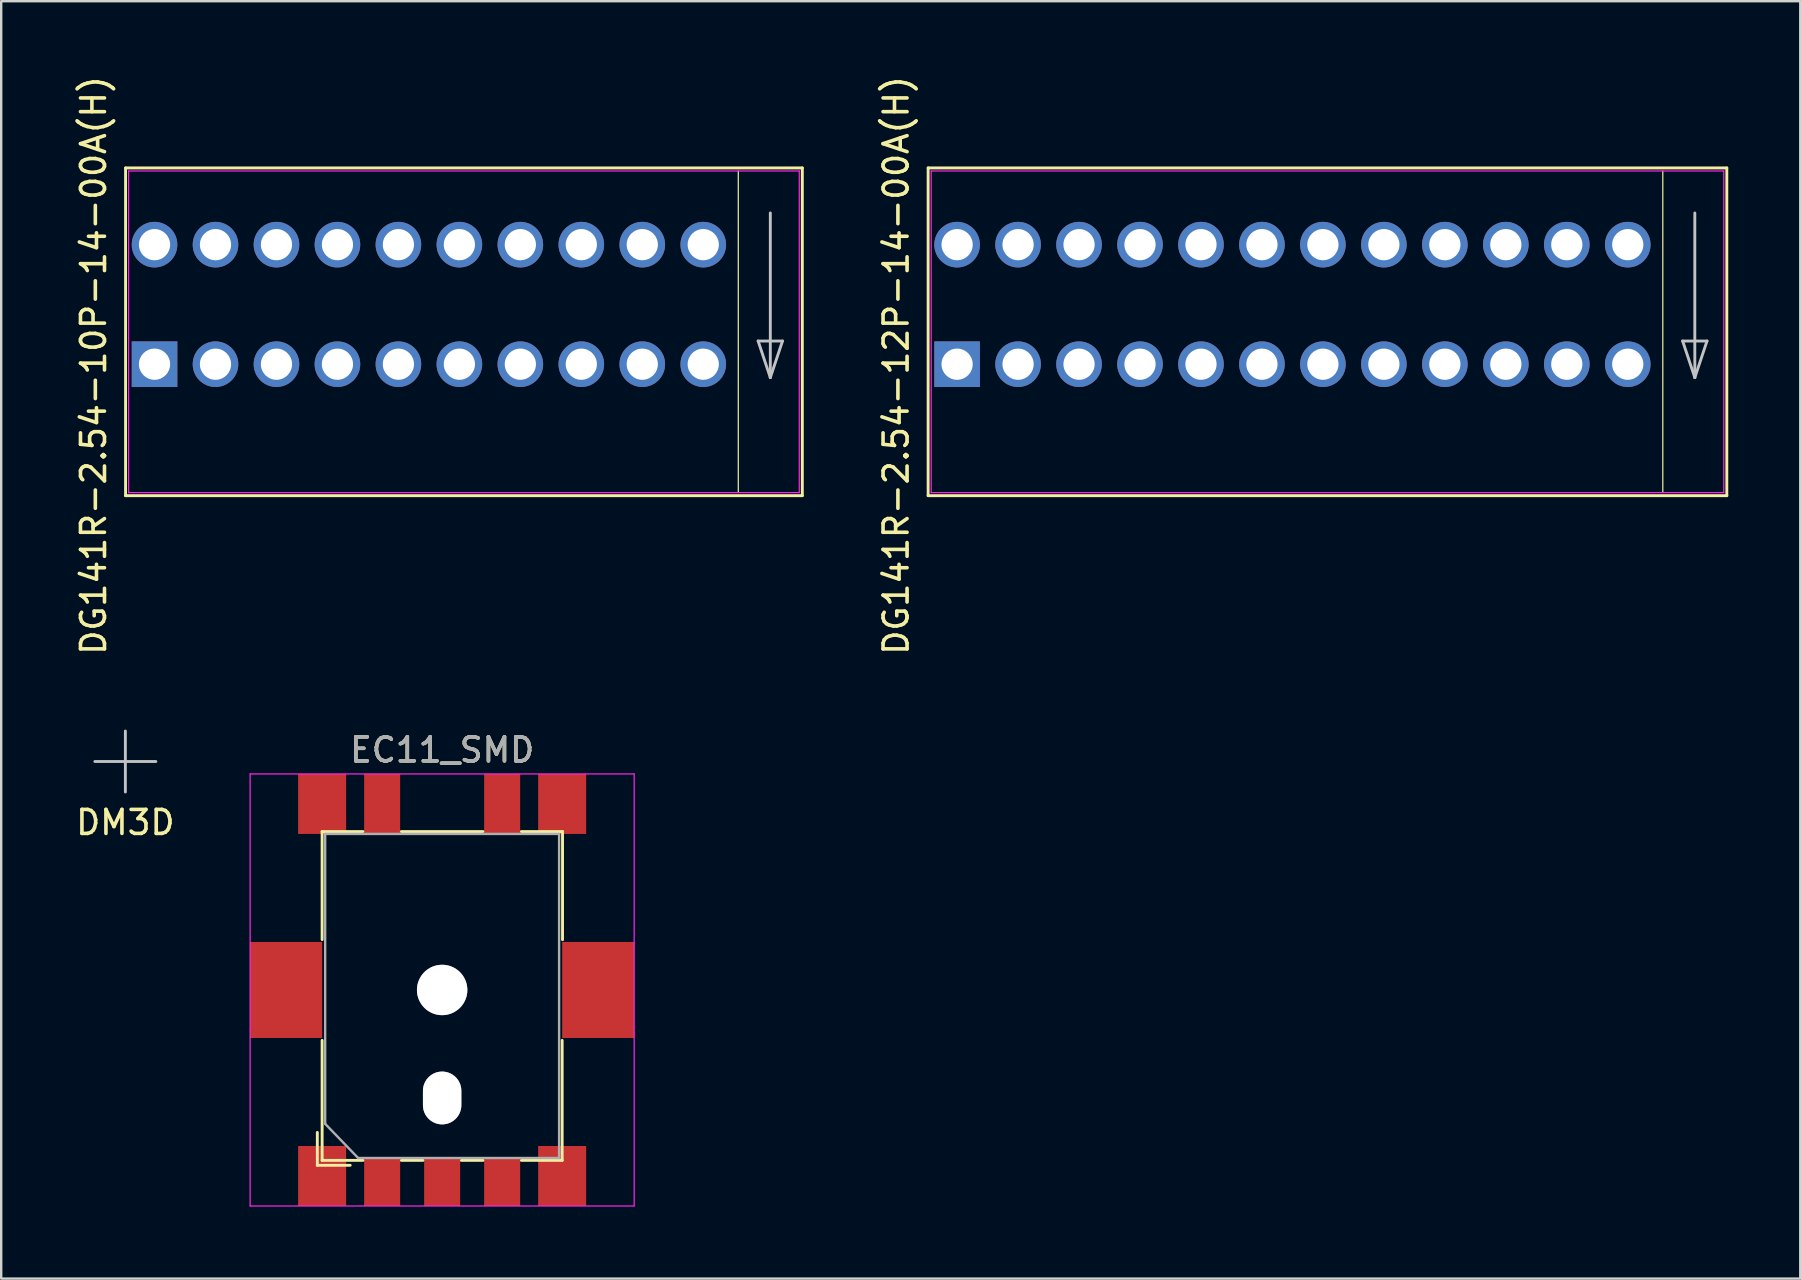
<source format=kicad_pcb>
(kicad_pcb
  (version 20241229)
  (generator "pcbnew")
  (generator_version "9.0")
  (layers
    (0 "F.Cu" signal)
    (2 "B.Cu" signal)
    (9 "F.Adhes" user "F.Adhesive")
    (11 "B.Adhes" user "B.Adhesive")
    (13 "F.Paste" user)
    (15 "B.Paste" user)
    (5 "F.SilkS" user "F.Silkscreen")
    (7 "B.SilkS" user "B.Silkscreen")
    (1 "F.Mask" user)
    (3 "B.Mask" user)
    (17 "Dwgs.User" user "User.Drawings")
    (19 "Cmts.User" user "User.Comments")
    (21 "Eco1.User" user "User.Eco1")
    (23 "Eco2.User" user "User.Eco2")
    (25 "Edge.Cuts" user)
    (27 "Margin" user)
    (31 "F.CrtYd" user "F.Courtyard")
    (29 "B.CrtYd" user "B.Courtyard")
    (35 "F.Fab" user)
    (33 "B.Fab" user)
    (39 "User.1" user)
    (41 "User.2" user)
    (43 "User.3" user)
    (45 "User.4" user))
  (footprint "DG141R-2.54-12P-14-00A(H)"
    (layer "F.Cu")
    (at 36.824 12.173)
    (property "Reference" "DG141R-2.54-12P-14-00A(H)" (at -2.54 0 90) (layer "F.SilkS") (effects (font (size 1 1) (thickness 0.15))))
    (attr through_hole)
    (fp_line (start -1.207 -8.227) (end -1.207 5.427) (stroke (width 0.12) (type solid)) (layer "F.SilkS"))
    (fp_line (start -1.207 -8.227) (end 32.067 -8.227) (stroke (width 0.12) (type solid)) (layer "F.SilkS"))
    (fp_line (start -1.207 5.427) (end 32.067 5.427) (stroke (width 0.12) (type solid)) (layer "F.SilkS"))
    (fp_line (start 29.4 -8.1) (end 29.4 5.3) (stroke (width 0.05) (type solid)) (layer "F.SilkS"))
    (fp_line (start 32.067 -8.227) (end 32.067 5.427) (stroke (width 0.12) (type solid)) (layer "F.SilkS"))
    (fp_line (start 30.226 -1.016) (end 31.242 -1.016) (stroke (width 0.12) (type solid)) (layer "Dwgs.User"))
    (fp_line (start 30.734 -6.35) (end 30.734 0.508) (stroke (width 0.12) (type solid)) (layer "Dwgs.User"))
    (fp_line (start 30.734 0.508) (end 30.226 -1.016) (stroke (width 0.12) (type solid)) (layer "Dwgs.User"))
    (fp_line (start 31.242 -1.016) (end 30.734 0.508) (stroke (width 0.12) (type solid)) (layer "Dwgs.User"))
    (fp_line (start -1.08 -8.1) (end -1.08 5.3) (stroke (width 0.05) (type solid)) (layer "F.CrtYd"))
    (fp_line (start -1.08 -8.1) (end 31.94 -8.1) (stroke (width 0.05) (type solid)) (layer "F.CrtYd"))
    (fp_line (start -1.08 5.3) (end 31.94 5.3) (stroke (width 0.05) (type solid)) (layer "F.CrtYd"))
    (fp_line (start 31.94 -8.1) (end 31.94 5.3) (stroke (width 0.05) (type solid)) (layer "F.CrtYd"))
    (pad "1" thru_hole circle (at 0 -5.03) (size 1.9 1.9) (drill 1.3) (layers "*.Cu" "*.Mask"))
    (pad "1" thru_hole rect (at 0 -0.05) (size 1.9 1.9) (drill 1.3) (layers "*.Cu" "*.Mask"))
    (pad "2" thru_hole circle (at 2.54 -5.03) (size 1.9 1.9) (drill 1.3) (layers "*.Cu" "*.Mask"))
    (pad "2" thru_hole circle (at 2.54 -0.05) (size 1.9 1.9) (drill 1.3) (layers "*.Cu" "*.Mask"))
    (pad "3" thru_hole circle (at 5.08 -5.03) (size 1.9 1.9) (drill 1.3) (layers "*.Cu" "*.Mask"))
    (pad "3" thru_hole circle (at 5.08 -0.05) (size 1.9 1.9) (drill 1.3) (layers "*.Cu" "*.Mask"))
    (pad "4" thru_hole circle (at 7.62 -5.03) (size 1.9 1.9) (drill 1.3) (layers "*.Cu" "*.Mask"))
    (pad "4" thru_hole circle (at 7.62 -0.05) (size 1.9 1.9) (drill 1.3) (layers "*.Cu" "*.Mask"))
    (pad "5" thru_hole circle (at 10.16 -5.03) (size 1.9 1.9) (drill 1.3) (layers "*.Cu" "*.Mask"))
    (pad "5" thru_hole circle (at 10.16 -0.05) (size 1.9 1.9) (drill 1.3) (layers "*.Cu" "*.Mask"))
    (pad "6" thru_hole circle (at 12.7 -5.03) (size 1.9 1.9) (drill 1.3) (layers "*.Cu" "*.Mask"))
    (pad "6" thru_hole circle (at 12.7 -0.05) (size 1.9 1.9) (drill 1.3) (layers "*.Cu" "*.Mask"))
    (pad "7" thru_hole circle (at 15.24 -5.03) (size 1.9 1.9) (drill 1.3) (layers "*.Cu" "*.Mask"))
    (pad "7" thru_hole circle (at 15.24 -0.05) (size 1.9 1.9) (drill 1.3) (layers "*.Cu" "*.Mask"))
    (pad "8" thru_hole circle (at 17.78 -5.03) (size 1.9 1.9) (drill 1.3) (layers "*.Cu" "*.Mask"))
    (pad "8" thru_hole circle (at 17.78 -0.05) (size 1.9 1.9) (drill 1.3) (layers "*.Cu" "*.Mask"))
    (pad "9" thru_hole circle (at 20.32 -5.03) (size 1.9 1.9) (drill 1.3) (layers "*.Cu" "*.Mask"))
    (pad "9" thru_hole circle (at 20.32 -0.05) (size 1.9 1.9) (drill 1.3) (layers "*.Cu" "*.Mask"))
    (pad "10" thru_hole circle (at 22.86 -5.03) (size 1.9 1.9) (drill 1.3) (layers "*.Cu" "*.Mask"))
    (pad "10" thru_hole circle (at 22.86 -0.05) (size 1.9 1.9) (drill 1.3) (layers "*.Cu" "*.Mask"))
    (pad "11" thru_hole circle (at 25.4 -5.03) (size 1.9 1.9) (drill 1.3) (layers "*.Cu" "*.Mask"))
    (pad "11" thru_hole circle (at 25.4 -0.05) (size 1.9 1.9) (drill 1.3) (layers "*.Cu" "*.Mask"))
    (pad "12" thru_hole circle (at 27.94 -5.03) (size 1.9 1.9) (drill 1.3) (layers "*.Cu" "*.Mask"))
    (pad "12" thru_hole circle (at 27.94 -0.05) (size 1.9 1.9) (drill 1.3) (layers "*.Cu" "*.Mask")))
  (footprint "DG141R-2.54-10P-14-00A(H)"
    (layer "F.Cu")
    (at 3.388 12.173)
    (property "Reference" "DG141R-2.54-10P-14-00A(H)" (at -2.54 0 90) (layer "F.SilkS") (effects (font (size 1 1) (thickness 0.15))))
    (attr through_hole)
    (fp_line (start -1.207 -8.227) (end -1.207 5.427) (stroke (width 0.12) (type solid)) (layer "F.SilkS"))
    (fp_line (start -1.207 -8.227) (end 26.987 -8.227) (stroke (width 0.12) (type solid)) (layer "F.SilkS"))
    (fp_line (start -1.207 5.427) (end 26.987 5.427) (stroke (width 0.12) (type solid)) (layer "F.SilkS"))
    (fp_line (start 24.32 -8.1) (end 24.32 5.3) (stroke (width 0.05) (type solid)) (layer "F.SilkS"))
    (fp_line (start 26.987 -8.227) (end 26.987 5.427) (stroke (width 0.12) (type solid)) (layer "F.SilkS"))
    (fp_line (start 25.146 -1.016) (end 26.162 -1.016) (stroke (width 0.12) (type solid)) (layer "Dwgs.User"))
    (fp_line (start 25.654 -6.35) (end 25.654 0.508) (stroke (width 0.12) (type solid)) (layer "Dwgs.User"))
    (fp_line (start 25.654 0.508) (end 25.146 -1.016) (stroke (width 0.12) (type solid)) (layer "Dwgs.User"))
    (fp_line (start 26.162 -1.016) (end 25.654 0.508) (stroke (width 0.12) (type solid)) (layer "Dwgs.User"))
    (fp_line (start -1.08 -8.1) (end -1.08 5.3) (stroke (width 0.05) (type solid)) (layer "F.CrtYd"))
    (fp_line (start -1.08 -8.1) (end 26.86 -8.1) (stroke (width 0.05) (type solid)) (layer "F.CrtYd"))
    (fp_line (start -1.08 5.3) (end 26.86 5.3) (stroke (width 0.05) (type solid)) (layer "F.CrtYd"))
    (fp_line (start 26.86 -8.1) (end 26.86 5.3) (stroke (width 0.05) (type solid)) (layer "F.CrtYd"))
    (pad "1" thru_hole circle (at 0 -5.03) (size 1.9 1.9) (drill 1.3) (layers "*.Cu" "*.Mask"))
    (pad "1" thru_hole rect (at 0 -0.05) (size 1.9 1.9) (drill 1.3) (layers "*.Cu" "*.Mask"))
    (pad "2" thru_hole circle (at 2.54 -5.03) (size 1.9 1.9) (drill 1.3) (layers "*.Cu" "*.Mask"))
    (pad "2" thru_hole circle (at 2.54 -0.05) (size 1.9 1.9) (drill 1.3) (layers "*.Cu" "*.Mask"))
    (pad "3" thru_hole circle (at 5.08 -5.03) (size 1.9 1.9) (drill 1.3) (layers "*.Cu" "*.Mask"))
    (pad "3" thru_hole circle (at 5.08 -0.05) (size 1.9 1.9) (drill 1.3) (layers "*.Cu" "*.Mask"))
    (pad "4" thru_hole circle (at 7.62 -5.03) (size 1.9 1.9) (drill 1.3) (layers "*.Cu" "*.Mask"))
    (pad "4" thru_hole circle (at 7.62 -0.05) (size 1.9 1.9) (drill 1.3) (layers "*.Cu" "*.Mask"))
    (pad "5" thru_hole circle (at 10.16 -5.03) (size 1.9 1.9) (drill 1.3) (layers "*.Cu" "*.Mask"))
    (pad "5" thru_hole circle (at 10.16 -0.05) (size 1.9 1.9) (drill 1.3) (layers "*.Cu" "*.Mask"))
    (pad "6" thru_hole circle (at 12.7 -5.03) (size 1.9 1.9) (drill 1.3) (layers "*.Cu" "*.Mask"))
    (pad "6" thru_hole circle (at 12.7 -0.05) (size 1.9 1.9) (drill 1.3) (layers "*.Cu" "*.Mask"))
    (pad "7" thru_hole circle (at 15.24 -5.03) (size 1.9 1.9) (drill 1.3) (layers "*.Cu" "*.Mask"))
    (pad "7" thru_hole circle (at 15.24 -0.05) (size 1.9 1.9) (drill 1.3) (layers "*.Cu" "*.Mask"))
    (pad "8" thru_hole circle (at 17.78 -5.03) (size 1.9 1.9) (drill 1.3) (layers "*.Cu" "*.Mask"))
    (pad "8" thru_hole circle (at 17.78 -0.05) (size 1.9 1.9) (drill 1.3) (layers "*.Cu" "*.Mask"))
    (pad "9" thru_hole circle (at 20.32 -5.03) (size 1.9 1.9) (drill 1.3) (layers "*.Cu" "*.Mask"))
    (pad "9" thru_hole circle (at 20.32 -0.05) (size 1.9 1.9) (drill 1.3) (layers "*.Cu" "*.Mask"))
    (pad "10" thru_hole circle (at 22.86 -5.03) (size 1.9 1.9) (drill 1.3) (layers "*.Cu" "*.Mask"))
    (pad "10" thru_hole circle (at 22.86 -0.05) (size 1.9 1.9) (drill 1.3) (layers "*.Cu" "*.Mask")))
  (footprint "EC11_SMD"
    (layer "F.Cu")
    (at 15.37 38.193)
    (property "Reference" "EC11_SMD" (at 0 -10 180) (layer "F.SilkS") (effects (font (size 1 1) (thickness 0.15))))
    (attr smd)
    (fp_line (start -5.2 7.304) (end -5.2 5.934) (stroke (width 0.12) (type solid)) (layer "F.SilkS"))
    (fp_line (start -5.2 7.304) (end -3.83 7.304) (stroke (width 0.12) (type solid)) (layer "F.SilkS"))
    (fp_line (start -5 -6.6) (end -3.3 -6.6) (stroke (width 0.12) (type solid)) (layer "F.SilkS"))
    (fp_line (start -5 -2.1) (end -5 -6.6) (stroke (width 0.12) (type solid)) (layer "F.SilkS"))
    (fp_line (start -5 7.1) (end -5 2.1) (stroke (width 0.12) (type solid)) (layer "F.SilkS"))
    (fp_line (start -3.3 7.1) (end -5 7.1) (stroke (width 0.12) (type solid)) (layer "F.SilkS"))
    (fp_line (start -1.7 -6.6) (end 1.7 -6.6) (stroke (width 0.12) (type solid)) (layer "F.SilkS"))
    (fp_line (start -1.7 7.1) (end -0.8 7.1) (stroke (width 0.12) (type solid)) (layer "F.SilkS"))
    (fp_line (start 0.8 7.1) (end 1.7 7.1) (stroke (width 0.12) (type solid)) (layer "F.SilkS"))
    (fp_line (start 3.3 -6.6) (end 5.016 -6.6) (stroke (width 0.12) (type solid)) (layer "F.SilkS"))
    (fp_line (start 3.3 7.1) (end 5 7.1) (stroke (width 0.12) (type solid)) (layer "F.SilkS"))
    (fp_line (start 5 7.1) (end 5 2.1) (stroke (width 0.12) (type solid)) (layer "F.SilkS"))
    (fp_line (start 5.016 -2.095) (end 5.016 -6.6) (stroke (width 0.12) (type solid)) (layer "F.SilkS"))
    (fp_line (start -8 -9) (end -8 9) (stroke (width 0.05) (type solid)) (layer "F.CrtYd"))
    (fp_line (start -8 9) (end 8 9) (stroke (width 0.05) (type solid)) (layer "F.CrtYd"))
    (fp_line (start 8 -9) (end -8 -9) (stroke (width 0.05) (type solid)) (layer "F.CrtYd"))
    (fp_line (start 8 9) (end 8 -9) (stroke (width 0.05) (type solid)) (layer "F.CrtYd"))
    (fp_line (start -4.873 -6.5) (end 4.873 -6.5) (stroke (width 0.1) (type solid)) (layer "F.Fab"))
    (fp_line (start -4.873 5.577) (end -4.873 -6.5) (stroke (width 0.1) (type solid)) (layer "F.Fab"))
    (fp_line (start -3.5 7) (end -4.873 5.577) (stroke (width 0.1) (type solid)) (layer "F.Fab"))
    (fp_line (start 4.873 -6.5) (end 4.873 7) (stroke (width 0.1) (type solid)) (layer "F.Fab"))
    (fp_line (start 4.873 7) (end -3.5 7) (stroke (width 0.1) (type solid)) (layer "F.Fab"))
    (fp_text user "${REFERENCE}" (at 0 -10 180) (layer "F.Fab") (effects (font (size 1 1) (thickness 0.15))))
    (pad "A" smd rect (at -2.5 8) (size 1.5 2) (layers "F.Cu" "F.Mask" "F.Paste"))
    (pad "B" smd rect (at 2.5 8) (size 1.5 2) (layers "F.Cu" "F.Mask" "F.Paste"))
    (pad "C" smd rect (at 0 8) (size 1.5 2) (layers "F.Cu" "F.Mask" "F.Paste"))
    (pad "D" smd rect (at -2.5 -7.75) (size 1.5 2.5) (layers "F.Cu" "F.Mask" "F.Paste"))
    (pad "E" smd rect (at 2.5 -7.75) (size 1.5 2.5) (layers "F.Cu" "F.Mask" "F.Paste"))
    (pad "~" smd rect (at -6.5 0) (size 3 4) (layers "F.Cu" "F.Mask" "F.Paste"))
    (pad "~" smd rect (at -5 -7.75) (size 2 2.5) (layers "F.Cu" "F.Mask" "F.Paste"))
    (pad "~" smd rect (at -5 7.75) (size 2 2.5) (layers "F.Cu" "F.Mask" "F.Paste"))
    (pad "~" thru_hole circle (at 0 0) (size 2.1 2.1) (drill 2.1) (layers "*.Cu" "*.Mask"))
    (pad "~" thru_hole oval (at 0 4.5) (size 1.6 2.2) (drill oval 1.6 2.2) (layers "*.Cu" "*.Mask"))
    (pad "~" smd rect (at 5 -7.75) (size 2 2.5) (layers "F.Cu" "F.Mask" "F.Paste"))
    (pad "~" smd rect (at 5 7.75) (size 2 2.5) (layers "F.Cu" "F.Mask" "F.Paste"))
    (pad "~" smd rect (at 6.5 0) (size 3 4) (layers "F.Cu" "F.Mask" "F.Paste")))
  (footprint "DM3D"
    (layer "F.Cu")
    (at 2.173 28.675)
    (property "Reference" "DM3D" (at 0 2.54 0) (layer "F.SilkS") (effects (font (size 1 1) (thickness 0.15))))
    (attr through_hole)
    (fp_line (start -1.27 0) (end 1.27 0) (stroke (width 0.12) (type solid)) (layer "Dwgs.User"))
    (fp_line (start 0 -1.27) (end 0 1.27) (stroke (width 0.12) (type solid)) (layer "Dwgs.User")))
  (gr_rect
    (start -3 -3)
    (end 71.951 50.218)
    (stroke (width 0.1) (type default))
    (fill no)
    (layer "Edge.Cuts")))
</source>
